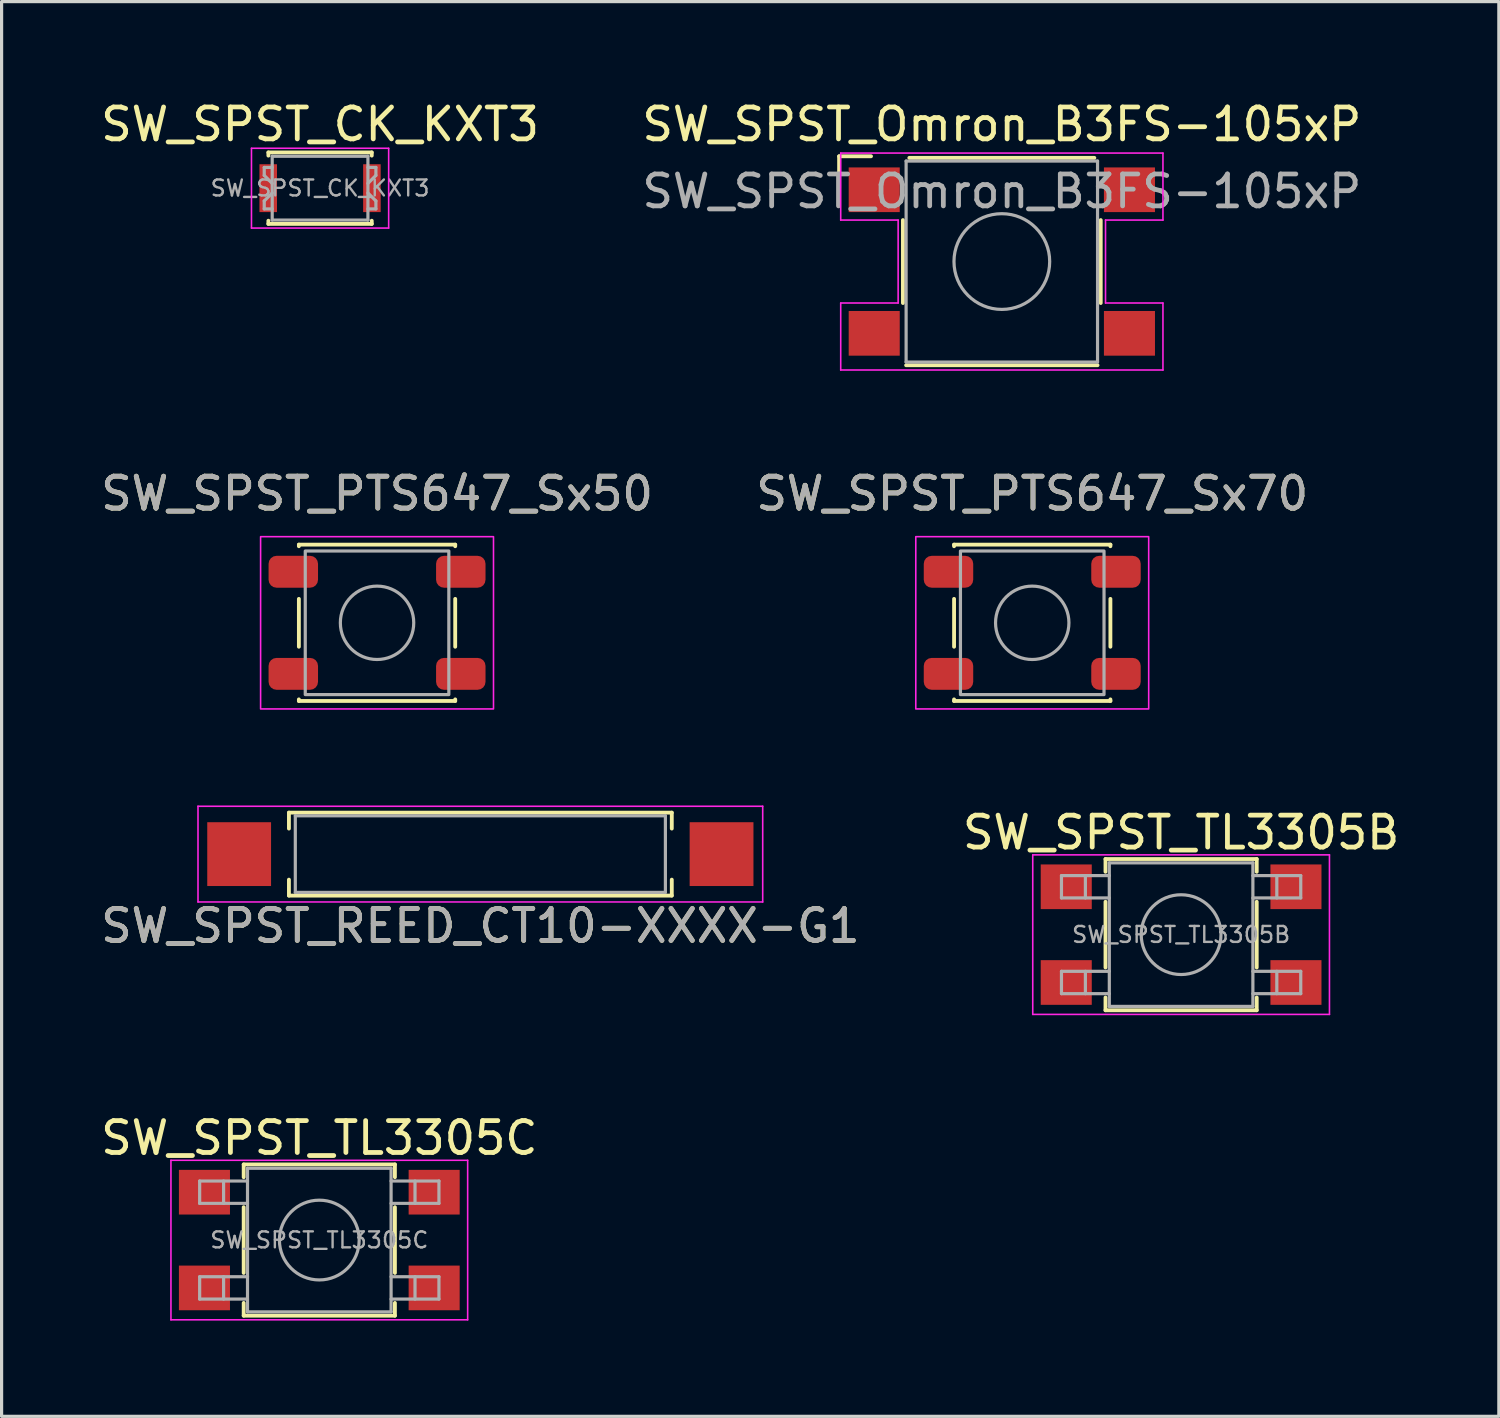
<source format=kicad_pcb>
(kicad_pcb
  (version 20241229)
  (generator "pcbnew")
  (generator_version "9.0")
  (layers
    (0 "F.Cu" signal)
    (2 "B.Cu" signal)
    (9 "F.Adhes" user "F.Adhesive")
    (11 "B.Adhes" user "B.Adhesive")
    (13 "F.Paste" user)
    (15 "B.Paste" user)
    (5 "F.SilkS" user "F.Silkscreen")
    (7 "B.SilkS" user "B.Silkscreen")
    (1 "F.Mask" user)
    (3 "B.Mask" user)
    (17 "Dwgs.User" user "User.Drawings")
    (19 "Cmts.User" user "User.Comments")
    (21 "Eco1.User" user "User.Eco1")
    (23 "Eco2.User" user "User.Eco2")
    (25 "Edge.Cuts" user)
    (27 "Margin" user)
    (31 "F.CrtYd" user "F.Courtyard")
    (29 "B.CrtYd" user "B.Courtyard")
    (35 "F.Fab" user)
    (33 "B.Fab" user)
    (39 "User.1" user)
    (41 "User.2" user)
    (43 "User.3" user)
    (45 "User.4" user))
  (footprint "SW_SPST_PTS647_Sx50"
    (layer "F.Cu")
    (at 8.768 16.471)
    (property "Reference" "SW_SPST_PTS647_Sx50" (at 0 -4.05 0) (layer "F.SilkS") (effects (font (size 1 1) (thickness 0.15))))
    (attr smd)
    (fp_line (start -2.45 -2.45) (end -2.45 -2.4) (stroke (width 0.12) (type solid)) (layer "F.SilkS"))
    (fp_line (start -2.45 -2.45) (end 2.45 -2.45) (stroke (width 0.12) (type solid)) (layer "F.SilkS"))
    (fp_line (start -2.45 -0.75) (end -2.45 0.75) (stroke (width 0.12) (type solid)) (layer "F.SilkS"))
    (fp_line (start -2.45 2.45) (end -2.45 2.4) (stroke (width 0.12) (type solid)) (layer "F.SilkS"))
    (fp_line (start -2.45 2.45) (end 2.45 2.45) (stroke (width 0.12) (type solid)) (layer "F.SilkS"))
    (fp_line (start 2.45 -2.45) (end 2.45 -2.4) (stroke (width 0.12) (type solid)) (layer "F.SilkS"))
    (fp_line (start 2.45 -0.75) (end 2.45 0.75) (stroke (width 0.12) (type solid)) (layer "F.SilkS"))
    (fp_line (start 2.45 2.45) (end 2.45 2.4) (stroke (width 0.12) (type solid)) (layer "F.SilkS"))
    (fp_rect (start -3.65 -2.7) (end 3.65 2.7) (stroke (width 0.05) (type default)) (fill no) (layer "F.CrtYd"))
    (fp_rect (start -2.25 -2.25) (end 2.25 2.25) (stroke (width 0.1) (type default)) (fill no) (layer "F.Fab"))
    (fp_circle (center 0 0) (end 1.15 0) (stroke (width 0.1) (type solid)) (fill no) (layer "F.Fab"))
    (fp_text user "${REFERENCE}" (at 0 -4.05 0) (layer "F.Fab") (effects (font (size 1 1) (thickness 0.15))))
    (pad "1" smd roundrect (at -2.625 -1.6) (size 1.55 1) (layers "F.Cu" "F.Mask" "F.Paste") (roundrect_rratio 0.25))
    (pad "1" smd roundrect (at 2.625 -1.6) (size 1.55 1) (layers "F.Cu" "F.Mask" "F.Paste") (roundrect_rratio 0.25))
    (pad "2" smd roundrect (at -2.625 1.6) (size 1.55 1) (layers "F.Cu" "F.Mask" "F.Paste") (roundrect_rratio 0.25))
    (pad "2" smd roundrect (at 2.625 1.6) (size 1.55 1) (layers "F.Cu" "F.Mask" "F.Paste") (roundrect_rratio 0.25)))
  (footprint "SW_SPST_PTS647_Sx70"
    (layer "F.Cu")
    (at 29.304 16.471)
    (property "Reference" "SW_SPST_PTS647_Sx70" (at 0 -4.05 0) (layer "F.SilkS") (effects (font (size 1 1) (thickness 0.15))))
    (attr smd)
    (fp_line (start -2.45 -2.45) (end -2.45 -2.4) (stroke (width 0.12) (type solid)) (layer "F.SilkS"))
    (fp_line (start -2.45 -2.45) (end 2.45 -2.45) (stroke (width 0.12) (type solid)) (layer "F.SilkS"))
    (fp_line (start -2.45 -0.75) (end -2.45 0.75) (stroke (width 0.12) (type solid)) (layer "F.SilkS"))
    (fp_line (start -2.45 2.45) (end -2.45 2.4) (stroke (width 0.12) (type solid)) (layer "F.SilkS"))
    (fp_line (start -2.45 2.45) (end 2.45 2.45) (stroke (width 0.12) (type solid)) (layer "F.SilkS"))
    (fp_line (start 2.45 -2.45) (end 2.45 -2.4) (stroke (width 0.12) (type solid)) (layer "F.SilkS"))
    (fp_line (start 2.45 -0.75) (end 2.45 0.75) (stroke (width 0.12) (type solid)) (layer "F.SilkS"))
    (fp_line (start 2.45 2.45) (end 2.45 2.4) (stroke (width 0.12) (type solid)) (layer "F.SilkS"))
    (fp_rect (start -3.65 -2.7) (end 3.65 2.7) (stroke (width 0.05) (type default)) (fill no) (layer "F.CrtYd"))
    (fp_rect (start -2.25 -2.25) (end 2.25 2.25) (stroke (width 0.1) (type default)) (fill no) (layer "F.Fab"))
    (fp_circle (center 0 0) (end 1.15 0) (stroke (width 0.1) (type solid)) (fill no) (layer "F.Fab"))
    (fp_text user "${REFERENCE}" (at 0 -4.05 0) (layer "F.Fab") (effects (font (size 1 1) (thickness 0.15))))
    (pad "1" smd roundrect (at -2.625 -1.6) (size 1.55 1) (layers "F.Cu" "F.Mask" "F.Paste") (roundrect_rratio 0.25))
    (pad "1" smd roundrect (at 2.625 -1.6) (size 1.55 1) (layers "F.Cu" "F.Mask" "F.Paste") (roundrect_rratio 0.25))
    (pad "2" smd roundrect (at -2.625 1.6) (size 1.55 1) (layers "F.Cu" "F.Mask" "F.Paste") (roundrect_rratio 0.25))
    (pad "2" smd roundrect (at 2.625 1.6) (size 1.55 1) (layers "F.Cu" "F.Mask" "F.Paste") (roundrect_rratio 0.25)))
  (footprint "SW_SPST_REED_CT10-XXXX-G1"
    (layer "F.Cu")
    (at 12.006 23.721)
    (property "Reference" "SW_SPST_REED_CT10-XXXX-G1" (at 0 2.25 0) (layer "F.SilkS") (effects (font (size 1 1) (thickness 0.15))))
    (attr smd)
    (fp_line (start -6 -1.3) (end -6 -0.8) (stroke (width 0.12) (type solid)) (layer "F.SilkS"))
    (fp_line (start -6 0.8) (end -6 1.3) (stroke (width 0.12) (type solid)) (layer "F.SilkS"))
    (fp_line (start -6 1.3) (end 6 1.3) (stroke (width 0.12) (type solid)) (layer "F.SilkS"))
    (fp_line (start 6 -1.3) (end -6 -1.3) (stroke (width 0.12) (type solid)) (layer "F.SilkS"))
    (fp_line (start 6 -0.8) (end 6 -1.3) (stroke (width 0.12) (type solid)) (layer "F.SilkS"))
    (fp_line (start 6 1.3) (end 6 0.8) (stroke (width 0.12) (type solid)) (layer "F.SilkS"))
    (fp_line (start -8.85 -1.5) (end 8.85 -1.5) (stroke (width 0.05) (type solid)) (layer "F.CrtYd"))
    (fp_line (start -8.85 1.5) (end -8.85 -1.5) (stroke (width 0.05) (type solid)) (layer "F.CrtYd"))
    (fp_line (start 8.85 -1.5) (end 8.85 1.5) (stroke (width 0.05) (type solid)) (layer "F.CrtYd"))
    (fp_line (start 8.85 1.5) (end -8.85 1.5) (stroke (width 0.05) (type solid)) (layer "F.CrtYd"))
    (fp_line (start -5.8 -1.2) (end 5.8 -1.2) (stroke (width 0.1) (type solid)) (layer "F.Fab"))
    (fp_line (start -5.8 1.2) (end -5.8 -1.2) (stroke (width 0.1) (type solid)) (layer "F.Fab"))
    (fp_line (start 5.8 -1.2) (end 5.8 1.2) (stroke (width 0.1) (type solid)) (layer "F.Fab"))
    (fp_line (start 5.8 1.2) (end -5.8 1.2) (stroke (width 0.1) (type solid)) (layer "F.Fab"))
    (fp_text user "${REFERENCE}" (at 0 2.25 0) (layer "F.Fab") (effects (font (size 1 1) (thickness 0.15))))
    (pad "1" smd rect (at -7.56 0) (size 2 2) (layers "F.Cu" "F.Mask" "F.Paste"))
    (pad "2" smd rect (at 7.56 0) (size 2 2) (layers "F.Cu" "F.Mask" "F.Paste")))
  (footprint "SW_SPST_TL3305B"
    (layer "F.Cu")
    (at 33.97 26.245)
    (property "Reference" "SW_SPST_TL3305B" (at 0 -3.2 0) (layer "F.SilkS") (effects (font (size 1 1) (thickness 0.15))))
    (attr smd)
    (fp_line (start -2.37 -2.37) (end -2.37 -1.97) (stroke (width 0.12) (type solid)) (layer "F.SilkS"))
    (fp_line (start -2.37 -2.37) (end 2.37 -2.37) (stroke (width 0.12) (type solid)) (layer "F.SilkS"))
    (fp_line (start -2.37 1.03) (end -2.37 -1.03) (stroke (width 0.12) (type solid)) (layer "F.SilkS"))
    (fp_line (start -2.37 2.37) (end -2.37 1.97) (stroke (width 0.12) (type solid)) (layer "F.SilkS"))
    (fp_line (start -2.37 2.37) (end 2.37 2.37) (stroke (width 0.12) (type solid)) (layer "F.SilkS"))
    (fp_line (start 2.37 -2.37) (end 2.37 -1.97) (stroke (width 0.12) (type solid)) (layer "F.SilkS"))
    (fp_line (start 2.37 1.03) (end 2.37 -1.03) (stroke (width 0.12) (type solid)) (layer "F.SilkS"))
    (fp_line (start 2.37 2.37) (end 2.37 1.97) (stroke (width 0.12) (type solid)) (layer "F.SilkS"))
    (fp_line (start -4.65 -2.5) (end 4.65 -2.5) (stroke (width 0.05) (type solid)) (layer "F.CrtYd"))
    (fp_line (start -4.65 2.5) (end -4.65 -2.5) (stroke (width 0.05) (type solid)) (layer "F.CrtYd"))
    (fp_line (start 4.65 -2.5) (end 4.65 2.5) (stroke (width 0.05) (type solid)) (layer "F.CrtYd"))
    (fp_line (start 4.65 2.5) (end -4.65 2.5) (stroke (width 0.05) (type solid)) (layer "F.CrtYd"))
    (fp_line (start -3.75 -1.85) (end -3.75 -1.15) (stroke (width 0.1) (type solid)) (layer "F.Fab"))
    (fp_line (start -3.75 -1.15) (end -2.25 -1.15) (stroke (width 0.1) (type solid)) (layer "F.Fab"))
    (fp_line (start -3.75 1.15) (end -3.75 1.85) (stroke (width 0.1) (type solid)) (layer "F.Fab"))
    (fp_line (start -3.75 1.85) (end -2.25 1.85) (stroke (width 0.1) (type solid)) (layer "F.Fab"))
    (fp_line (start -3 -1.85) (end -3 -1.15) (stroke (width 0.1) (type solid)) (layer "F.Fab"))
    (fp_line (start -3 1.15) (end -3 1.85) (stroke (width 0.1) (type solid)) (layer "F.Fab"))
    (fp_line (start -2.25 -2.25) (end 2.25 -2.25) (stroke (width 0.1) (type solid)) (layer "F.Fab"))
    (fp_line (start -2.25 -1.85) (end -3.75 -1.85) (stroke (width 0.1) (type solid)) (layer "F.Fab"))
    (fp_line (start -2.25 1.15) (end -3.75 1.15) (stroke (width 0.1) (type solid)) (layer "F.Fab"))
    (fp_line (start -2.25 2.25) (end -2.25 -2.25) (stroke (width 0.1) (type solid)) (layer "F.Fab"))
    (fp_line (start 2.25 -2.25) (end 2.25 2.25) (stroke (width 0.1) (type solid)) (layer "F.Fab"))
    (fp_line (start 2.25 -1.15) (end 3.75 -1.15) (stroke (width 0.1) (type solid)) (layer "F.Fab"))
    (fp_line (start 2.25 1.15) (end 3.75 1.15) (stroke (width 0.1) (type solid)) (layer "F.Fab"))
    (fp_line (start 2.25 2.25) (end -2.25 2.25) (stroke (width 0.1) (type solid)) (layer "F.Fab"))
    (fp_line (start 3 -1.85) (end 3 -1.15) (stroke (width 0.1) (type solid)) (layer "F.Fab"))
    (fp_line (start 3 1.15) (end 3 1.85) (stroke (width 0.1) (type solid)) (layer "F.Fab"))
    (fp_line (start 3.75 -1.85) (end 2.25 -1.85) (stroke (width 0.1) (type solid)) (layer "F.Fab"))
    (fp_line (start 3.75 -1.15) (end 3.75 -1.85) (stroke (width 0.1) (type solid)) (layer "F.Fab"))
    (fp_line (start 3.75 1.15) (end 3.75 1.85) (stroke (width 0.1) (type solid)) (layer "F.Fab"))
    (fp_line (start 3.75 1.85) (end 2.25 1.85) (stroke (width 0.1) (type solid)) (layer "F.Fab"))
    (fp_circle (center 0 0) (end 1.25 0) (stroke (width 0.1) (type solid)) (fill no) (layer "F.Fab"))
    (fp_text user "${REFERENCE}" (at 0 0 0) (layer "F.Fab") (effects (font (size 0.5 0.5) (thickness 0.075))))
    (pad "1" smd rect (at -3.6 -1.5) (size 1.6 1.4) (layers "F.Cu" "F.Mask" "F.Paste"))
    (pad "1" smd rect (at 3.6 -1.5) (size 1.6 1.4) (layers "F.Cu" "F.Mask" "F.Paste"))
    (pad "2" smd rect (at -3.6 1.5) (size 1.6 1.4) (layers "F.Cu" "F.Mask" "F.Paste"))
    (pad "2" smd rect (at 3.6 1.5) (size 1.6 1.4) (layers "F.Cu" "F.Mask" "F.Paste")))
  (footprint "SW_SPST_TL3305C"
    (layer "F.Cu")
    (at 6.958 35.818)
    (property "Reference" "SW_SPST_TL3305C" (at 0 -3.2 0) (layer "F.SilkS") (effects (font (size 1 1) (thickness 0.15))))
    (attr smd)
    (fp_line (start -2.37 -2.37) (end -2.37 -1.97) (stroke (width 0.12) (type solid)) (layer "F.SilkS"))
    (fp_line (start -2.37 -2.37) (end 2.37 -2.37) (stroke (width 0.12) (type solid)) (layer "F.SilkS"))
    (fp_line (start -2.37 1.03) (end -2.37 -1.03) (stroke (width 0.12) (type solid)) (layer "F.SilkS"))
    (fp_line (start -2.37 2.37) (end -2.37 1.97) (stroke (width 0.12) (type solid)) (layer "F.SilkS"))
    (fp_line (start -2.37 2.37) (end 2.37 2.37) (stroke (width 0.12) (type solid)) (layer "F.SilkS"))
    (fp_line (start 2.37 -2.37) (end 2.37 -1.97) (stroke (width 0.12) (type solid)) (layer "F.SilkS"))
    (fp_line (start 2.37 1.03) (end 2.37 -1.03) (stroke (width 0.12) (type solid)) (layer "F.SilkS"))
    (fp_line (start 2.37 2.37) (end 2.37 1.97) (stroke (width 0.12) (type solid)) (layer "F.SilkS"))
    (fp_line (start -4.65 -2.5) (end 4.65 -2.5) (stroke (width 0.05) (type solid)) (layer "F.CrtYd"))
    (fp_line (start -4.65 2.5) (end -4.65 -2.5) (stroke (width 0.05) (type solid)) (layer "F.CrtYd"))
    (fp_line (start 4.65 -2.5) (end 4.65 2.5) (stroke (width 0.05) (type solid)) (layer "F.CrtYd"))
    (fp_line (start 4.65 2.5) (end -4.65 2.5) (stroke (width 0.05) (type solid)) (layer "F.CrtYd"))
    (fp_line (start -3.75 -1.85) (end -3.75 -1.15) (stroke (width 0.1) (type solid)) (layer "F.Fab"))
    (fp_line (start -3.75 -1.15) (end -2.25 -1.15) (stroke (width 0.1) (type solid)) (layer "F.Fab"))
    (fp_line (start -3.75 1.15) (end -3.75 1.85) (stroke (width 0.1) (type solid)) (layer "F.Fab"))
    (fp_line (start -3.75 1.85) (end -2.25 1.85) (stroke (width 0.1) (type solid)) (layer "F.Fab"))
    (fp_line (start -3 -1.85) (end -3 -1.15) (stroke (width 0.1) (type solid)) (layer "F.Fab"))
    (fp_line (start -3 1.15) (end -3 1.85) (stroke (width 0.1) (type solid)) (layer "F.Fab"))
    (fp_line (start -2.25 -2.25) (end 2.25 -2.25) (stroke (width 0.1) (type solid)) (layer "F.Fab"))
    (fp_line (start -2.25 -1.85) (end -3.75 -1.85) (stroke (width 0.1) (type solid)) (layer "F.Fab"))
    (fp_line (start -2.25 1.15) (end -3.75 1.15) (stroke (width 0.1) (type solid)) (layer "F.Fab"))
    (fp_line (start -2.25 2.25) (end -2.25 -2.25) (stroke (width 0.1) (type solid)) (layer "F.Fab"))
    (fp_line (start 2.25 -2.25) (end 2.25 2.25) (stroke (width 0.1) (type solid)) (layer "F.Fab"))
    (fp_line (start 2.25 -1.15) (end 3.75 -1.15) (stroke (width 0.1) (type solid)) (layer "F.Fab"))
    (fp_line (start 2.25 1.15) (end 3.75 1.15) (stroke (width 0.1) (type solid)) (layer "F.Fab"))
    (fp_line (start 2.25 2.25) (end -2.25 2.25) (stroke (width 0.1) (type solid)) (layer "F.Fab"))
    (fp_line (start 3 -1.85) (end 3 -1.15) (stroke (width 0.1) (type solid)) (layer "F.Fab"))
    (fp_line (start 3 1.15) (end 3 1.85) (stroke (width 0.1) (type solid)) (layer "F.Fab"))
    (fp_line (start 3.75 -1.85) (end 2.25 -1.85) (stroke (width 0.1) (type solid)) (layer "F.Fab"))
    (fp_line (start 3.75 -1.15) (end 3.75 -1.85) (stroke (width 0.1) (type solid)) (layer "F.Fab"))
    (fp_line (start 3.75 1.15) (end 3.75 1.85) (stroke (width 0.1) (type solid)) (layer "F.Fab"))
    (fp_line (start 3.75 1.85) (end 2.25 1.85) (stroke (width 0.1) (type solid)) (layer "F.Fab"))
    (fp_circle (center 0 0) (end 1.25 0) (stroke (width 0.1) (type solid)) (fill no) (layer "F.Fab"))
    (fp_text user "${REFERENCE}" (at 0 0 0) (layer "F.Fab") (effects (font (size 0.5 0.5) (thickness 0.075))))
    (pad "1" smd rect (at -3.6 -1.5) (size 1.6 1.4) (layers "F.Cu" "F.Mask" "F.Paste"))
    (pad "1" smd rect (at 3.6 -1.5) (size 1.6 1.4) (layers "F.Cu" "F.Mask" "F.Paste"))
    (pad "2" smd rect (at -3.6 1.5) (size 1.6 1.4) (layers "F.Cu" "F.Mask" "F.Paste"))
    (pad "2" smd rect (at 3.6 1.5) (size 1.6 1.4) (layers "F.Cu" "F.Mask" "F.Paste")))
  (footprint "SW_SPST_CK_KXT3"
    (layer "F.Cu")
    (at 6.982 2.848)
    (property "Reference" "SW_SPST_CK_KXT3" (at 0 -2 0) (layer "F.SilkS") (effects (font (size 1 1) (thickness 0.15))))
    (attr smd)
    (fp_line (start -1.62 -1.12) (end -1.62 -1.02) (stroke (width 0.12) (type solid)) (layer "F.SilkS"))
    (fp_line (start -1.62 -1.12) (end 1.62 -1.12) (stroke (width 0.12) (type solid)) (layer "F.SilkS"))
    (fp_line (start -1.62 1.02) (end -1.62 1.12) (stroke (width 0.12) (type solid)) (layer "F.SilkS"))
    (fp_line (start -1.62 1.12) (end 1.62 1.12) (stroke (width 0.12) (type solid)) (layer "F.SilkS"))
    (fp_line (start 1.62 -1.12) (end 1.62 -1.02) (stroke (width 0.12) (type solid)) (layer "F.SilkS"))
    (fp_line (start 1.62 1.02) (end 1.62 1.12) (stroke (width 0.12) (type solid)) (layer "F.SilkS"))
    (fp_line (start -2.15 -1.25) (end -2.15 1.25) (stroke (width 0.05) (type solid)) (layer "F.CrtYd"))
    (fp_line (start -2.15 -1.25) (end 2.15 -1.25) (stroke (width 0.05) (type solid)) (layer "F.CrtYd"))
    (fp_line (start -2.15 1.25) (end 2.15 1.25) (stroke (width 0.05) (type solid)) (layer "F.CrtYd"))
    (fp_line (start 2.15 -1.25) (end 2.15 1.25) (stroke (width 0.05) (type solid)) (layer "F.CrtYd"))
    (fp_line (start -1.75 -0.65) (end -1.75 -0.4) (stroke (width 0.1) (type solid)) (layer "F.Fab"))
    (fp_line (start -1.75 -0.4) (end -1.5 -0.15) (stroke (width 0.1) (type solid)) (layer "F.Fab"))
    (fp_line (start -1.75 0.4) (end -1.75 0.65) (stroke (width 0.1) (type solid)) (layer "F.Fab"))
    (fp_line (start -1.75 0.65) (end -1.5 0.65) (stroke (width 0.1) (type solid)) (layer "F.Fab"))
    (fp_line (start -1.5 -1) (end 1.5 -1) (stroke (width 0.1) (type solid)) (layer "F.Fab"))
    (fp_line (start -1.5 -0.65) (end -1.75 -0.65) (stroke (width 0.1) (type solid)) (layer "F.Fab"))
    (fp_line (start -1.5 0.15) (end -1.75 0.4) (stroke (width 0.1) (type solid)) (layer "F.Fab"))
    (fp_line (start -1.5 1) (end -1.5 -1) (stroke (width 0.1) (type solid)) (layer "F.Fab"))
    (fp_line (start 1.5 -1) (end 1.5 1) (stroke (width 0.1) (type solid)) (layer "F.Fab"))
    (fp_line (start 1.5 -0.65) (end 1.75 -0.65) (stroke (width 0.1) (type solid)) (layer "F.Fab"))
    (fp_line (start 1.5 0.15) (end 1.75 0.4) (stroke (width 0.1) (type solid)) (layer "F.Fab"))
    (fp_line (start 1.5 1) (end -1.5 1) (stroke (width 0.1) (type solid)) (layer "F.Fab"))
    (fp_line (start 1.75 -0.65) (end 1.75 -0.4) (stroke (width 0.1) (type solid)) (layer "F.Fab"))
    (fp_line (start 1.75 -0.4) (end 1.5 -0.15) (stroke (width 0.1) (type solid)) (layer "F.Fab"))
    (fp_line (start 1.75 0.4) (end 1.75 0.65) (stroke (width 0.1) (type solid)) (layer "F.Fab"))
    (fp_line (start 1.75 0.65) (end 1.5 0.65) (stroke (width 0.1) (type solid)) (layer "F.Fab"))
    (fp_text user "${REFERENCE}" (at 0 0 0) (layer "F.Fab") (effects (font (size 0.5 0.5) (thickness 0.075))))
    (pad "1" smd rect (at -1.625 0) (size 0.55 1.5) (layers "F.Cu" "F.Mask" "F.Paste"))
    (pad "2" smd rect (at 1.625 0) (size 0.55 1.5) (layers "F.Cu" "F.Mask" "F.Paste")))
  (footprint "SW_SPST_Omron_B3FS-105xP"
    (layer "F.Cu")
    (at 28.351 5.148)
    (property "Reference" "SW_SPST_Omron_B3FS-105xP" (at 0 -4.3 0) (layer "F.SilkS") (effects (font (size 1 1) (thickness 0.15))))
    (attr smd)
    (fp_line (start -5.1 -3.3) (end -4.1 -3.3) (stroke (width 0.12) (type solid)) (layer "F.SilkS"))
    (fp_line (start -5.1 -2.3) (end -5.1 -3.3) (stroke (width 0.12) (type solid)) (layer "F.SilkS"))
    (fp_line (start -3.1 -1.3) (end -3.1 1.3) (stroke (width 0.12) (type solid)) (layer "F.SilkS"))
    (fp_line (start 2.9 -3.25) (end -2.9 -3.25) (stroke (width 0.12) (type solid)) (layer "F.SilkS"))
    (fp_line (start 3 3.25) (end -3 3.25) (stroke (width 0.12) (type solid)) (layer "F.SilkS"))
    (fp_line (start 3.1 -1.3) (end 3.1 1.3) (stroke (width 0.12) (type solid)) (layer "F.SilkS"))
    (fp_line (start -5.05 -3.4) (end 5.05 -3.4) (stroke (width 0.05) (type solid)) (layer "F.CrtYd"))
    (fp_line (start -5.05 -1.3) (end -5.05 -3.4) (stroke (width 0.05) (type solid)) (layer "F.CrtYd"))
    (fp_line (start -5.05 1.3) (end -3.25 1.3) (stroke (width 0.05) (type solid)) (layer "F.CrtYd"))
    (fp_line (start -5.05 3.4) (end -5.05 1.3) (stroke (width 0.05) (type solid)) (layer "F.CrtYd"))
    (fp_line (start -3.25 -1.3) (end -5.05 -1.3) (stroke (width 0.05) (type solid)) (layer "F.CrtYd"))
    (fp_line (start -3.25 1.3) (end -3.25 -1.3) (stroke (width 0.05) (type solid)) (layer "F.CrtYd"))
    (fp_line (start 3.25 -1.3) (end 3.25 1.3) (stroke (width 0.05) (type solid)) (layer "F.CrtYd"))
    (fp_line (start 3.25 1.3) (end 5.05 1.3) (stroke (width 0.05) (type solid)) (layer "F.CrtYd"))
    (fp_line (start 5.05 -3.4) (end 5.05 -1.3) (stroke (width 0.05) (type solid)) (layer "F.CrtYd"))
    (fp_line (start 5.05 -1.3) (end 3.25 -1.3) (stroke (width 0.05) (type solid)) (layer "F.CrtYd"))
    (fp_line (start 5.05 1.3) (end 5.05 3.4) (stroke (width 0.05) (type solid)) (layer "F.CrtYd"))
    (fp_line (start 5.05 3.4) (end -5.05 3.4) (stroke (width 0.05) (type solid)) (layer "F.CrtYd"))
    (fp_line (start -3 -3.15) (end 3 -3.15) (stroke (width 0.1) (type solid)) (layer "F.Fab"))
    (fp_line (start -3 3.15) (end -3 -3.15) (stroke (width 0.1) (type solid)) (layer "F.Fab"))
    (fp_line (start 3 -3.15) (end 3 3.15) (stroke (width 0.1) (type solid)) (layer "F.Fab"))
    (fp_line (start 3 3.15) (end -3 3.15) (stroke (width 0.1) (type solid)) (layer "F.Fab"))
    (fp_circle (center 0 0) (end 1.5 0) (stroke (width 0.1) (type solid)) (fill no) (layer "F.Fab"))
    (fp_text user "${REFERENCE}" (at 0 -2.2 0) (layer "F.Fab") (effects (font (size 1 1) (thickness 0.15))))
    (pad "1" smd rect (at -4 -2.25 180) (size 1.6 1.4) (layers "F.Cu" "F.Mask" "F.Paste"))
    (pad "1" smd rect (at 4 -2.25 180) (size 1.6 1.4) (layers "F.Cu" "F.Mask" "F.Paste"))
    (pad "2" smd rect (at -4 2.25 180) (size 1.6 1.4) (layers "F.Cu" "F.Mask" "F.Paste"))
    (pad "2" smd rect (at 4 2.25 180) (size 1.6 1.4) (layers "F.Cu" "F.Mask" "F.Paste")))
  (gr_rect
    (start -3 -3)
    (end 43.929 41.343)
    (stroke (width 0.1) (type default))
    (fill no)
    (layer "Edge.Cuts")))
</source>
